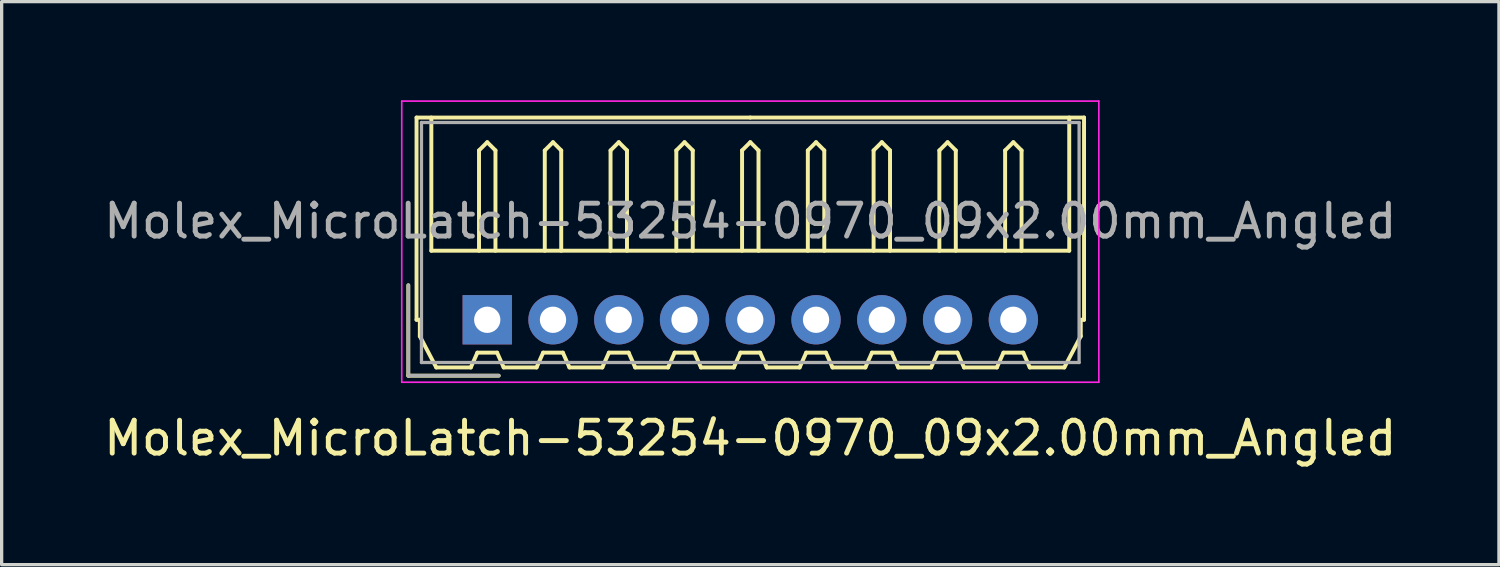
<source format=kicad_pcb>
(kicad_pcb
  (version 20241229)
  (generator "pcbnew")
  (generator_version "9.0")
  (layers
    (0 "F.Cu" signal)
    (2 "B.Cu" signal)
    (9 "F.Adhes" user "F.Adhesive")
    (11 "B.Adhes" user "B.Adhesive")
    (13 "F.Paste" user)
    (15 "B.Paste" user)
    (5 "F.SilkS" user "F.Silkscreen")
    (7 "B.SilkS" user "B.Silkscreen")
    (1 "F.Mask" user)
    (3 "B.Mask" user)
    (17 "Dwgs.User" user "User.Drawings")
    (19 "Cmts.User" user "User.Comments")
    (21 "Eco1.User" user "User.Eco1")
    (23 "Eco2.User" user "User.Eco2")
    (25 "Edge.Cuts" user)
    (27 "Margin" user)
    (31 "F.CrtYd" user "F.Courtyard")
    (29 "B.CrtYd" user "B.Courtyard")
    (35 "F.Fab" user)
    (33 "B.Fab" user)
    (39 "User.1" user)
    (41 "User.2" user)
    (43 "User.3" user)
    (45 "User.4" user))
  (footprint "Molex_MicroLatch-53254-0970_09x2.00mm_Angled"
    (layer "F.Cu")
    (at 11.768 6.675)
    (property "Reference" "Molex_MicroLatch-53254-0970_09x2.00mm_Angled" (at 8 3.6 0) (layer "F.SilkS") (effects (font (size 1 1) (thickness 0.15))))
    (attr through_hole)
    (fp_line (start -2.4 1.7) (end -2.4 -1.05) (stroke (width 0.12) (type solid)) (layer "F.SilkS"))
    (fp_line (start -2.15 -6.15) (end 8 -6.15) (stroke (width 0.12) (type solid)) (layer "F.SilkS"))
    (fp_line (start -2.15 0) (end -2.15 -6.15) (stroke (width 0.12) (type solid)) (layer "F.SilkS"))
    (fp_line (start -2.05 0) (end -2.15 0) (stroke (width 0.12) (type solid)) (layer "F.SilkS"))
    (fp_line (start -2.05 0.5) (end -2.05 0) (stroke (width 0.12) (type solid)) (layer "F.SilkS"))
    (fp_line (start -1.7 -6.15) (end -1.7 -2.1) (stroke (width 0.12) (type solid)) (layer "F.SilkS"))
    (fp_line (start -1.7 -2.1) (end 17.7 -2.1) (stroke (width 0.12) (type solid)) (layer "F.SilkS"))
    (fp_line (start -1.55 1.45) (end -2.05 0.5) (stroke (width 0.12) (type solid)) (layer "F.SilkS"))
    (fp_line (start -0.5 1.45) (end -1.55 1.45) (stroke (width 0.12) (type solid)) (layer "F.SilkS"))
    (fp_line (start -0.3 1) (end -0.5 1.45) (stroke (width 0.12) (type solid)) (layer "F.SilkS"))
    (fp_line (start -0.3 1) (end 0.3 1) (stroke (width 0.12) (type solid)) (layer "F.SilkS"))
    (fp_line (start -0.25 -5.15) (end 0 -5.4) (stroke (width 0.12) (type solid)) (layer "F.SilkS"))
    (fp_line (start -0.25 -2.1) (end -0.25 -5.15) (stroke (width 0.12) (type solid)) (layer "F.SilkS"))
    (fp_line (start 0 -5.4) (end 0.25 -5.15) (stroke (width 0.12) (type solid)) (layer "F.SilkS"))
    (fp_line (start 0.25 -5.15) (end 0.25 -2.1) (stroke (width 0.12) (type solid)) (layer "F.SilkS"))
    (fp_line (start 0.3 1) (end 0.5 1.45) (stroke (width 0.12) (type solid)) (layer "F.SilkS"))
    (fp_line (start 0.35 1.7) (end -2.4 1.7) (stroke (width 0.12) (type solid)) (layer "F.SilkS"))
    (fp_line (start 0.5 1.45) (end 1.5 1.45) (stroke (width 0.12) (type solid)) (layer "F.SilkS"))
    (fp_line (start 1.5 1.45) (end 1.7 1) (stroke (width 0.12) (type solid)) (layer "F.SilkS"))
    (fp_line (start 1.7 1) (end 2.3 1) (stroke (width 0.12) (type solid)) (layer "F.SilkS"))
    (fp_line (start 1.75 -5.15) (end 2 -5.4) (stroke (width 0.12) (type solid)) (layer "F.SilkS"))
    (fp_line (start 1.75 -2.1) (end 1.75 -5.15) (stroke (width 0.12) (type solid)) (layer "F.SilkS"))
    (fp_line (start 2 -5.4) (end 2.25 -5.15) (stroke (width 0.12) (type solid)) (layer "F.SilkS"))
    (fp_line (start 2.25 -5.15) (end 2.25 -2.1) (stroke (width 0.12) (type solid)) (layer "F.SilkS"))
    (fp_line (start 2.3 1) (end 2.5 1.45) (stroke (width 0.12) (type solid)) (layer "F.SilkS"))
    (fp_line (start 2.5 1.45) (end 3.5 1.45) (stroke (width 0.12) (type solid)) (layer "F.SilkS"))
    (fp_line (start 3.5 1.45) (end 3.7 1) (stroke (width 0.12) (type solid)) (layer "F.SilkS"))
    (fp_line (start 3.7 1) (end 4.3 1) (stroke (width 0.12) (type solid)) (layer "F.SilkS"))
    (fp_line (start 3.75 -5.15) (end 4 -5.4) (stroke (width 0.12) (type solid)) (layer "F.SilkS"))
    (fp_line (start 3.75 -2.1) (end 3.75 -5.15) (stroke (width 0.12) (type solid)) (layer "F.SilkS"))
    (fp_line (start 4 -5.4) (end 4.25 -5.15) (stroke (width 0.12) (type solid)) (layer "F.SilkS"))
    (fp_line (start 4.25 -5.15) (end 4.25 -2.1) (stroke (width 0.12) (type solid)) (layer "F.SilkS"))
    (fp_line (start 4.3 1) (end 4.5 1.45) (stroke (width 0.12) (type solid)) (layer "F.SilkS"))
    (fp_line (start 4.5 1.45) (end 5.5 1.45) (stroke (width 0.12) (type solid)) (layer "F.SilkS"))
    (fp_line (start 5.5 1.45) (end 5.7 1) (stroke (width 0.12) (type solid)) (layer "F.SilkS"))
    (fp_line (start 5.7 1) (end 6.3 1) (stroke (width 0.12) (type solid)) (layer "F.SilkS"))
    (fp_line (start 5.75 -5.15) (end 6 -5.4) (stroke (width 0.12) (type solid)) (layer "F.SilkS"))
    (fp_line (start 5.75 -2.1) (end 5.75 -5.15) (stroke (width 0.12) (type solid)) (layer "F.SilkS"))
    (fp_line (start 6 -5.4) (end 6.25 -5.15) (stroke (width 0.12) (type solid)) (layer "F.SilkS"))
    (fp_line (start 6.25 -5.15) (end 6.25 -2.1) (stroke (width 0.12) (type solid)) (layer "F.SilkS"))
    (fp_line (start 6.3 1) (end 6.5 1.45) (stroke (width 0.12) (type solid)) (layer "F.SilkS"))
    (fp_line (start 6.5 1.45) (end 7.5 1.45) (stroke (width 0.12) (type solid)) (layer "F.SilkS"))
    (fp_line (start 7.5 1.45) (end 7.7 1) (stroke (width 0.12) (type solid)) (layer "F.SilkS"))
    (fp_line (start 7.7 1) (end 8.3 1) (stroke (width 0.12) (type solid)) (layer "F.SilkS"))
    (fp_line (start 7.75 -5.15) (end 8 -5.4) (stroke (width 0.12) (type solid)) (layer "F.SilkS"))
    (fp_line (start 7.75 -2.1) (end 7.75 -5.15) (stroke (width 0.12) (type solid)) (layer "F.SilkS"))
    (fp_line (start 8 -5.4) (end 8.25 -5.15) (stroke (width 0.12) (type solid)) (layer "F.SilkS"))
    (fp_line (start 8.25 -5.15) (end 8.25 -2.1) (stroke (width 0.12) (type solid)) (layer "F.SilkS"))
    (fp_line (start 8.3 1) (end 8.5 1.45) (stroke (width 0.12) (type solid)) (layer "F.SilkS"))
    (fp_line (start 8.5 1.45) (end 9.5 1.45) (stroke (width 0.12) (type solid)) (layer "F.SilkS"))
    (fp_line (start 9.5 1.45) (end 9.7 1) (stroke (width 0.12) (type solid)) (layer "F.SilkS"))
    (fp_line (start 9.7 1) (end 10.3 1) (stroke (width 0.12) (type solid)) (layer "F.SilkS"))
    (fp_line (start 9.75 -5.15) (end 10 -5.4) (stroke (width 0.12) (type solid)) (layer "F.SilkS"))
    (fp_line (start 9.75 -2.1) (end 9.75 -5.15) (stroke (width 0.12) (type solid)) (layer "F.SilkS"))
    (fp_line (start 10 -5.4) (end 10.25 -5.15) (stroke (width 0.12) (type solid)) (layer "F.SilkS"))
    (fp_line (start 10.25 -5.15) (end 10.25 -2.1) (stroke (width 0.12) (type solid)) (layer "F.SilkS"))
    (fp_line (start 10.3 1) (end 10.5 1.45) (stroke (width 0.12) (type solid)) (layer "F.SilkS"))
    (fp_line (start 10.5 1.45) (end 11.5 1.45) (stroke (width 0.12) (type solid)) (layer "F.SilkS"))
    (fp_line (start 11.5 1.45) (end 11.7 1) (stroke (width 0.12) (type solid)) (layer "F.SilkS"))
    (fp_line (start 11.7 1) (end 12.3 1) (stroke (width 0.12) (type solid)) (layer "F.SilkS"))
    (fp_line (start 11.75 -5.15) (end 12 -5.4) (stroke (width 0.12) (type solid)) (layer "F.SilkS"))
    (fp_line (start 11.75 -2.1) (end 11.75 -5.15) (stroke (width 0.12) (type solid)) (layer "F.SilkS"))
    (fp_line (start 12 -5.4) (end 12.25 -5.15) (stroke (width 0.12) (type solid)) (layer "F.SilkS"))
    (fp_line (start 12.25 -5.15) (end 12.25 -2.1) (stroke (width 0.12) (type solid)) (layer "F.SilkS"))
    (fp_line (start 12.3 1) (end 12.5 1.45) (stroke (width 0.12) (type solid)) (layer "F.SilkS"))
    (fp_line (start 12.5 1.45) (end 13.5 1.45) (stroke (width 0.12) (type solid)) (layer "F.SilkS"))
    (fp_line (start 13.5 1.45) (end 13.7 1) (stroke (width 0.12) (type solid)) (layer "F.SilkS"))
    (fp_line (start 13.7 1) (end 14.3 1) (stroke (width 0.12) (type solid)) (layer "F.SilkS"))
    (fp_line (start 13.75 -5.15) (end 14 -5.4) (stroke (width 0.12) (type solid)) (layer "F.SilkS"))
    (fp_line (start 13.75 -2.1) (end 13.75 -5.15) (stroke (width 0.12) (type solid)) (layer "F.SilkS"))
    (fp_line (start 14 -5.4) (end 14.25 -5.15) (stroke (width 0.12) (type solid)) (layer "F.SilkS"))
    (fp_line (start 14.25 -5.15) (end 14.25 -2.1) (stroke (width 0.12) (type solid)) (layer "F.SilkS"))
    (fp_line (start 14.3 1) (end 14.5 1.45) (stroke (width 0.12) (type solid)) (layer "F.SilkS"))
    (fp_line (start 14.5 1.45) (end 15.5 1.45) (stroke (width 0.12) (type solid)) (layer "F.SilkS"))
    (fp_line (start 15.5 1.45) (end 15.7 1) (stroke (width 0.12) (type solid)) (layer "F.SilkS"))
    (fp_line (start 15.7 1) (end 16.3 1) (stroke (width 0.12) (type solid)) (layer "F.SilkS"))
    (fp_line (start 15.75 -5.15) (end 16 -5.4) (stroke (width 0.12) (type solid)) (layer "F.SilkS"))
    (fp_line (start 15.75 -2.1) (end 15.75 -5.15) (stroke (width 0.12) (type solid)) (layer "F.SilkS"))
    (fp_line (start 16 -5.4) (end 16.25 -5.15) (stroke (width 0.12) (type solid)) (layer "F.SilkS"))
    (fp_line (start 16.25 -5.15) (end 16.25 -2.1) (stroke (width 0.12) (type solid)) (layer "F.SilkS"))
    (fp_line (start 16.3 1) (end 16.5 1.45) (stroke (width 0.12) (type solid)) (layer "F.SilkS"))
    (fp_line (start 16.5 1.45) (end 17.55 1.45) (stroke (width 0.12) (type solid)) (layer "F.SilkS"))
    (fp_line (start 17.55 1.45) (end 18.05 0.5) (stroke (width 0.12) (type solid)) (layer "F.SilkS"))
    (fp_line (start 17.7 -2.1) (end 17.7 -6.15) (stroke (width 0.12) (type solid)) (layer "F.SilkS"))
    (fp_line (start 18.05 0) (end 18.15 0) (stroke (width 0.12) (type solid)) (layer "F.SilkS"))
    (fp_line (start 18.05 0.5) (end 18.05 0) (stroke (width 0.12) (type solid)) (layer "F.SilkS"))
    (fp_line (start 18.15 -6.15) (end 8 -6.15) (stroke (width 0.12) (type solid)) (layer "F.SilkS"))
    (fp_line (start 18.15 0) (end 18.15 -6.15) (stroke (width 0.12) (type solid)) (layer "F.SilkS"))
    (fp_line (start -2.6 -6.65) (end -2.6 1.9) (stroke (width 0.05) (type solid)) (layer "F.CrtYd"))
    (fp_line (start -2.6 1.9) (end 18.6 1.9) (stroke (width 0.05) (type solid)) (layer "F.CrtYd"))
    (fp_line (start 18.6 -6.65) (end -2.6 -6.65) (stroke (width 0.05) (type solid)) (layer "F.CrtYd"))
    (fp_line (start 18.6 1.9) (end 18.6 -6.65) (stroke (width 0.05) (type solid)) (layer "F.CrtYd"))
    (fp_line (start -2.4 1.7) (end -2.4 -1.05) (stroke (width 0.1) (type solid)) (layer "F.Fab"))
    (fp_line (start -2 -6) (end -2 1.3) (stroke (width 0.1) (type solid)) (layer "F.Fab"))
    (fp_line (start -2 1.3) (end 18 1.3) (stroke (width 0.1) (type solid)) (layer "F.Fab"))
    (fp_line (start 0.35 1.7) (end -2.4 1.7) (stroke (width 0.1) (type solid)) (layer "F.Fab"))
    (fp_line (start 18 -6) (end -2 -6) (stroke (width 0.1) (type solid)) (layer "F.Fab"))
    (fp_line (start 18 1.3) (end 18 -6) (stroke (width 0.1) (type solid)) (layer "F.Fab"))
    (fp_text user "${REFERENCE}" (at 8 -3 0) (layer "F.Fab") (effects (font (size 1 1) (thickness 0.15))))
    (pad "1" thru_hole rect (at 0 0) (size 1.5 1.5) (drill 0.8) (layers "*.Cu" "*.Mask"))
    (pad "2" thru_hole circle (at 2 0) (size 1.5 1.5) (drill 0.8) (layers "*.Cu" "*.Mask"))
    (pad "3" thru_hole circle (at 4 0) (size 1.5 1.5) (drill 0.8) (layers "*.Cu" "*.Mask"))
    (pad "4" thru_hole circle (at 6 0) (size 1.5 1.5) (drill 0.8) (layers "*.Cu" "*.Mask"))
    (pad "5" thru_hole circle (at 8 0) (size 1.5 1.5) (drill 0.8) (layers "*.Cu" "*.Mask"))
    (pad "6" thru_hole circle (at 10 0) (size 1.5 1.5) (drill 0.8) (layers "*.Cu" "*.Mask"))
    (pad "7" thru_hole circle (at 12 0) (size 1.5 1.5) (drill 0.8) (layers "*.Cu" "*.Mask"))
    (pad "8" thru_hole circle (at 14 0) (size 1.5 1.5) (drill 0.8) (layers "*.Cu" "*.Mask"))
    (pad "9" thru_hole circle (at 16 0) (size 1.5 1.5) (drill 0.8) (layers "*.Cu" "*.Mask")))
  (gr_rect
    (start -3 -3)
    (end 42.536 14.123)
    (stroke (width 0.1) (type default))
    (fill no)
    (layer "Edge.Cuts")))
</source>
